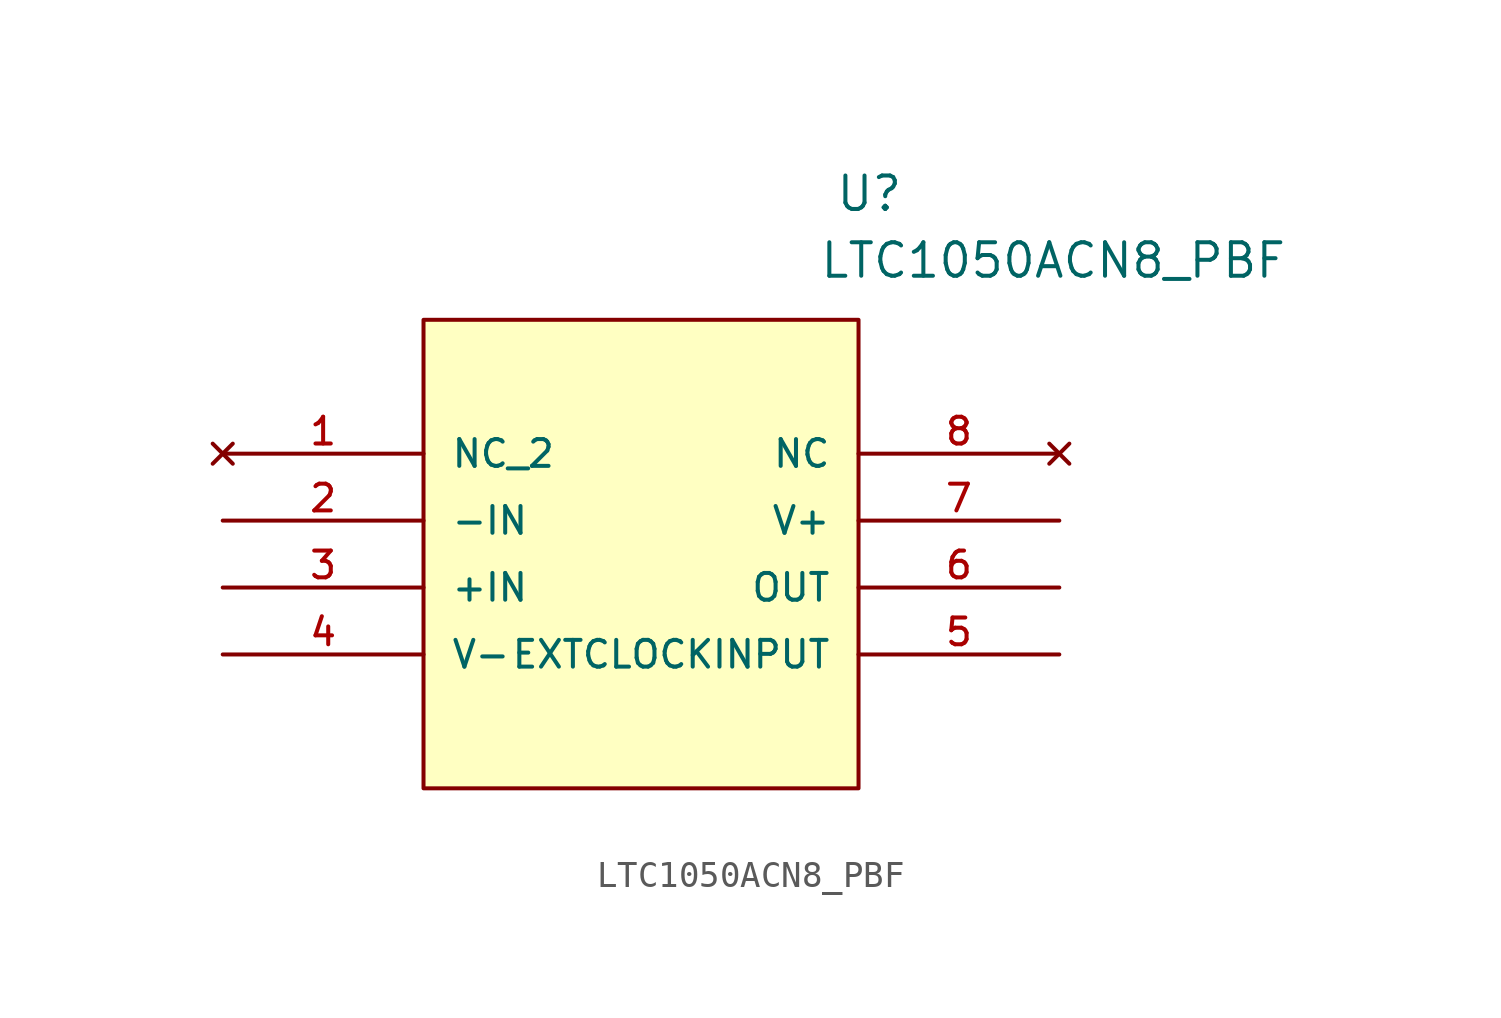
<source format=kicad_sym>
(kicad_symbol_lib
  (version 20220914)
  (generator kicad_symbol_editor)
  (symbol "LTC1050ACN8_PBF"
    (pin_names
      (offset 1.016))
    (property "Reference" "U"
      (at 23.229 9.124 0)
      (effects (font (size 1.27 1.27)) (justify left bottom)))
    (property "Value" "LTC1050ACN8_PBF"
      (at 22.62 6.59 0)
      (effects (font (size 1.27 1.27)) (justify left bottom)))
    (symbol "LTC1050ACN8_PBF_0_0"
      (rectangle (start 7.62 5.08) (end 24.13 -12.7) (stroke (width 0.152) (type default)) (fill (type background)))
      (pin no_connect line (at 0 0 0) (length 7.62) (name "NC_2" (effects (font (size 1.016 1.016)))) (number "1" (effects (font (size 1.016 1.016)))))
      (pin input line (at 0 -2.54 0) (length 7.62) (name "-IN" (effects (font (size 1.016 1.016)))) (number "2" (effects (font (size 1.016 1.016)))))
      (pin input line (at 0 -5.08 0) (length 7.62) (name "+IN" (effects (font (size 1.016 1.016)))) (number "3" (effects (font (size 1.016 1.016)))))
      (pin power_in line (at 0 -7.62 0) (length 7.62) (name "V-" (effects (font (size 1.016 1.016)))) (number "4" (effects (font (size 1.016 1.016)))))
      (pin input line (at 31.75 -7.62 180) (length 7.62) (name "EXTCLOCKINPUT" (effects (font (size 1.016 1.016)))) (number "5" (effects (font (size 1.016 1.016)))))
      (pin output line (at 31.75 -5.08 180) (length 7.62) (name "OUT" (effects (font (size 1.016 1.016)))) (number "6" (effects (font (size 1.016 1.016)))))
      (pin power_in line (at 31.75 -2.54 180) (length 7.62) (name "V+" (effects (font (size 1.016 1.016)))) (number "7" (effects (font (size 1.016 1.016)))))
      (pin no_connect line (at 31.75 0 180) (length 7.62) (name "NC" (effects (font (size 1.016 1.016)))) (number "8" (effects (font (size 1.016 1.016))))))))
</source>
